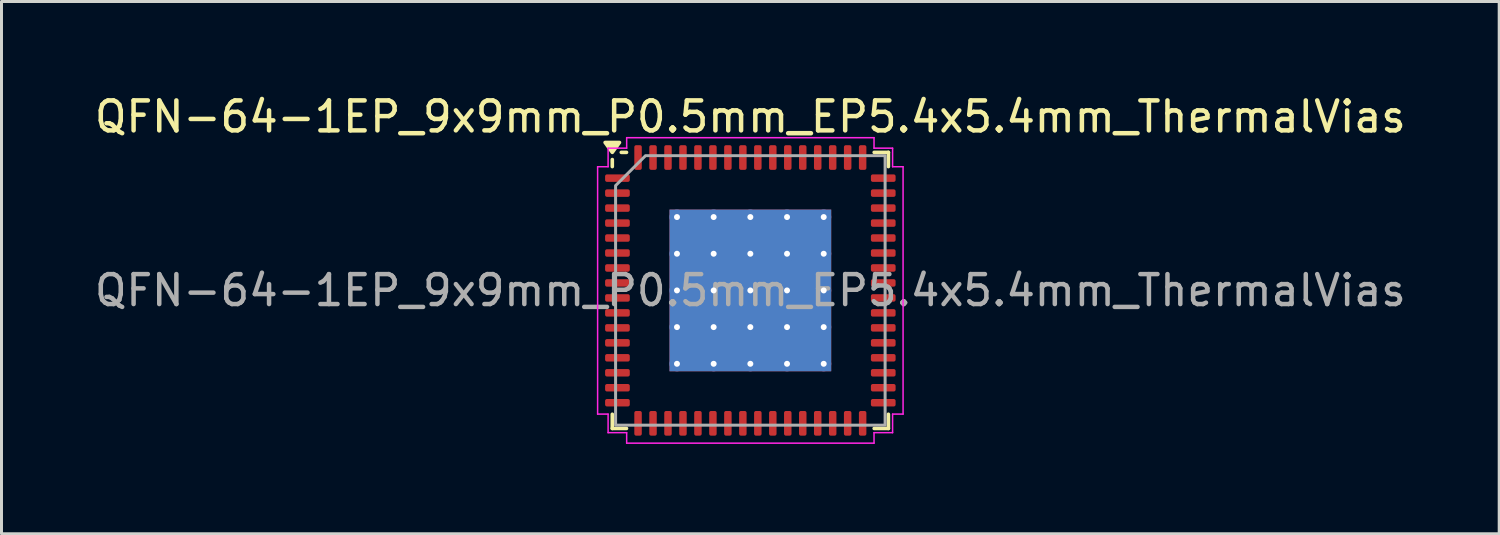
<source format=kicad_pcb>
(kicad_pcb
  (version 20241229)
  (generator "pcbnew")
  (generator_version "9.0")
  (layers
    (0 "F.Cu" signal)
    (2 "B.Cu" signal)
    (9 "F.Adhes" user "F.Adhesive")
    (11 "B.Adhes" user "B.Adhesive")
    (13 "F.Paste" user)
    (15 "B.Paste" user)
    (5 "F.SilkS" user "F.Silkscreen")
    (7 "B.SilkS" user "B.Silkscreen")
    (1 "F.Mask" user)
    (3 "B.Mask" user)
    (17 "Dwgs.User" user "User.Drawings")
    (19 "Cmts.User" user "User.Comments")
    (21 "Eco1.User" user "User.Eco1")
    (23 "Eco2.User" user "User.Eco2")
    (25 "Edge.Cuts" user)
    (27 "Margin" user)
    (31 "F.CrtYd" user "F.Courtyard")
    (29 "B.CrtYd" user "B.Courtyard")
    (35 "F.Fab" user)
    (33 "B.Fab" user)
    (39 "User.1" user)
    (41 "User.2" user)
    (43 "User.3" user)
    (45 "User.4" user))
  (footprint "QFN-64-1EP_9x9mm_P0.5mm_EP5.4x5.4mm_ThermalVias"
    (layer "F.Cu")
    (at 22.006 6.648)
    (property "Reference" "QFN-64-1EP_9x9mm_P0.5mm_EP5.4x5.4mm_ThermalVias" (at 0 -5.8 0) (layer "F.SilkS") (effects (font (size 1 1) (thickness 0.15))))
    (attr smd)
    (fp_line (start -4.61 -4.135) (end -4.61 -4.37) (stroke (width 0.12) (type solid)) (layer "F.SilkS"))
    (fp_line (start -4.61 4.61) (end -4.61 4.135) (stroke (width 0.12) (type solid)) (layer "F.SilkS"))
    (fp_line (start -4.135 -4.61) (end -4.31 -4.61) (stroke (width 0.12) (type solid)) (layer "F.SilkS"))
    (fp_line (start -4.135 4.61) (end -4.61 4.61) (stroke (width 0.12) (type solid)) (layer "F.SilkS"))
    (fp_line (start 4.135 -4.61) (end 4.61 -4.61) (stroke (width 0.12) (type solid)) (layer "F.SilkS"))
    (fp_line (start 4.135 4.61) (end 4.61 4.61) (stroke (width 0.12) (type solid)) (layer "F.SilkS"))
    (fp_line (start 4.61 -4.61) (end 4.61 -4.135) (stroke (width 0.12) (type solid)) (layer "F.SilkS"))
    (fp_line (start 4.61 4.61) (end 4.61 4.135) (stroke (width 0.12) (type solid)) (layer "F.SilkS"))
    (fp_poly (pts (xy -4.61 -4.61) (xy -4.85 -4.94) (xy -4.37 -4.94)) (stroke (width 0.12) (type solid)) (fill yes) (layer "F.SilkS"))
    (fp_line (start -5.1 -4.13) (end -4.75 -4.13) (stroke (width 0.05) (type solid)) (layer "F.CrtYd"))
    (fp_line (start -5.1 4.13) (end -5.1 -4.13) (stroke (width 0.05) (type solid)) (layer "F.CrtYd"))
    (fp_line (start -4.75 -4.75) (end -4.13 -4.75) (stroke (width 0.05) (type solid)) (layer "F.CrtYd"))
    (fp_line (start -4.75 -4.13) (end -4.75 -4.75) (stroke (width 0.05) (type solid)) (layer "F.CrtYd"))
    (fp_line (start -4.75 4.13) (end -5.1 4.13) (stroke (width 0.05) (type solid)) (layer "F.CrtYd"))
    (fp_line (start -4.75 4.75) (end -4.75 4.13) (stroke (width 0.05) (type solid)) (layer "F.CrtYd"))
    (fp_line (start -4.13 -5.1) (end 4.13 -5.1) (stroke (width 0.05) (type solid)) (layer "F.CrtYd"))
    (fp_line (start -4.13 -4.75) (end -4.13 -5.1) (stroke (width 0.05) (type solid)) (layer "F.CrtYd"))
    (fp_line (start -4.13 4.75) (end -4.75 4.75) (stroke (width 0.05) (type solid)) (layer "F.CrtYd"))
    (fp_line (start -4.13 5.1) (end -4.13 4.75) (stroke (width 0.05) (type solid)) (layer "F.CrtYd"))
    (fp_line (start 4.13 -5.1) (end 4.13 -4.75) (stroke (width 0.05) (type solid)) (layer "F.CrtYd"))
    (fp_line (start 4.13 -4.75) (end 4.75 -4.75) (stroke (width 0.05) (type solid)) (layer "F.CrtYd"))
    (fp_line (start 4.13 4.75) (end 4.13 5.1) (stroke (width 0.05) (type solid)) (layer "F.CrtYd"))
    (fp_line (start 4.13 5.1) (end -4.13 5.1) (stroke (width 0.05) (type solid)) (layer "F.CrtYd"))
    (fp_line (start 4.75 -4.75) (end 4.75 -4.13) (stroke (width 0.05) (type solid)) (layer "F.CrtYd"))
    (fp_line (start 4.75 -4.13) (end 5.1 -4.13) (stroke (width 0.05) (type solid)) (layer "F.CrtYd"))
    (fp_line (start 4.75 4.13) (end 4.75 4.75) (stroke (width 0.05) (type solid)) (layer "F.CrtYd"))
    (fp_line (start 4.75 4.75) (end 4.13 4.75) (stroke (width 0.05) (type solid)) (layer "F.CrtYd"))
    (fp_line (start 5.1 -4.13) (end 5.1 4.13) (stroke (width 0.05) (type solid)) (layer "F.CrtYd"))
    (fp_line (start 5.1 4.13) (end 4.75 4.13) (stroke (width 0.05) (type solid)) (layer "F.CrtYd"))
    (fp_poly (pts (xy -4.5 -3.5) (xy -4.5 4.5) (xy 4.5 4.5) (xy 4.5 -4.5) (xy -3.5 -4.5)) (stroke (width 0.1) (type solid)) (fill no) (layer "F.Fab"))
    (fp_text user "${REFERENCE}" (at 0 0 0) (layer "F.Fab") (effects (font (size 1 1) (thickness 0.15))))
    (pad "" smd roundrect (at -2.025 -2.025) (size 1.09 1.09) (layers "F.Paste") (roundrect_rratio 0.229))
    (pad "" smd roundrect (at -2.025 -0.675) (size 1.09 1.09) (layers "F.Paste") (roundrect_rratio 0.229))
    (pad "" smd roundrect (at -2.025 0.675) (size 1.09 1.09) (layers "F.Paste") (roundrect_rratio 0.229))
    (pad "" smd roundrect (at -2.025 2.025) (size 1.09 1.09) (layers "F.Paste") (roundrect_rratio 0.229))
    (pad "" smd roundrect (at -0.675 -2.025) (size 1.09 1.09) (layers "F.Paste") (roundrect_rratio 0.229))
    (pad "" smd roundrect (at -0.675 -0.675) (size 1.09 1.09) (layers "F.Paste") (roundrect_rratio 0.229))
    (pad "" smd roundrect (at -0.675 0.675) (size 1.09 1.09) (layers "F.Paste") (roundrect_rratio 0.229))
    (pad "" smd roundrect (at -0.675 2.025) (size 1.09 1.09) (layers "F.Paste") (roundrect_rratio 0.229))
    (pad "" smd roundrect (at 0.675 -2.025) (size 1.09 1.09) (layers "F.Paste") (roundrect_rratio 0.229))
    (pad "" smd roundrect (at 0.675 -0.675) (size 1.09 1.09) (layers "F.Paste") (roundrect_rratio 0.229))
    (pad "" smd roundrect (at 0.675 0.675) (size 1.09 1.09) (layers "F.Paste") (roundrect_rratio 0.229))
    (pad "" smd roundrect (at 0.675 2.025) (size 1.09 1.09) (layers "F.Paste") (roundrect_rratio 0.229))
    (pad "" smd roundrect (at 2.025 -2.025) (size 1.09 1.09) (layers "F.Paste") (roundrect_rratio 0.229))
    (pad "" smd roundrect (at 2.025 -0.675) (size 1.09 1.09) (layers "F.Paste") (roundrect_rratio 0.229))
    (pad "" smd roundrect (at 2.025 0.675) (size 1.09 1.09) (layers "F.Paste") (roundrect_rratio 0.229))
    (pad "" smd roundrect (at 2.025 2.025) (size 1.09 1.09) (layers "F.Paste") (roundrect_rratio 0.229))
    (pad "1" smd roundrect (at -4.438 -3.75) (size 0.825 0.25) (layers "F.Cu" "F.Mask" "F.Paste") (roundrect_rratio 0.25))
    (pad "2" smd roundrect (at -4.438 -3.25) (size 0.825 0.25) (layers "F.Cu" "F.Mask" "F.Paste") (roundrect_rratio 0.25))
    (pad "3" smd roundrect (at -4.438 -2.75) (size 0.825 0.25) (layers "F.Cu" "F.Mask" "F.Paste") (roundrect_rratio 0.25))
    (pad "4" smd roundrect (at -4.438 -2.25) (size 0.825 0.25) (layers "F.Cu" "F.Mask" "F.Paste") (roundrect_rratio 0.25))
    (pad "5" smd roundrect (at -4.438 -1.75) (size 0.825 0.25) (layers "F.Cu" "F.Mask" "F.Paste") (roundrect_rratio 0.25))
    (pad "6" smd roundrect (at -4.438 -1.25) (size 0.825 0.25) (layers "F.Cu" "F.Mask" "F.Paste") (roundrect_rratio 0.25))
    (pad "7" smd roundrect (at -4.438 -0.75) (size 0.825 0.25) (layers "F.Cu" "F.Mask" "F.Paste") (roundrect_rratio 0.25))
    (pad "8" smd roundrect (at -4.438 -0.25) (size 0.825 0.25) (layers "F.Cu" "F.Mask" "F.Paste") (roundrect_rratio 0.25))
    (pad "9" smd roundrect (at -4.438 0.25) (size 0.825 0.25) (layers "F.Cu" "F.Mask" "F.Paste") (roundrect_rratio 0.25))
    (pad "10" smd roundrect (at -4.438 0.75) (size 0.825 0.25) (layers "F.Cu" "F.Mask" "F.Paste") (roundrect_rratio 0.25))
    (pad "11" smd roundrect (at -4.438 1.25) (size 0.825 0.25) (layers "F.Cu" "F.Mask" "F.Paste") (roundrect_rratio 0.25))
    (pad "12" smd roundrect (at -4.438 1.75) (size 0.825 0.25) (layers "F.Cu" "F.Mask" "F.Paste") (roundrect_rratio 0.25))
    (pad "13" smd roundrect (at -4.438 2.25) (size 0.825 0.25) (layers "F.Cu" "F.Mask" "F.Paste") (roundrect_rratio 0.25))
    (pad "14" smd roundrect (at -4.438 2.75) (size 0.825 0.25) (layers "F.Cu" "F.Mask" "F.Paste") (roundrect_rratio 0.25))
    (pad "15" smd roundrect (at -4.438 3.25) (size 0.825 0.25) (layers "F.Cu" "F.Mask" "F.Paste") (roundrect_rratio 0.25))
    (pad "16" smd roundrect (at -4.438 3.75) (size 0.825 0.25) (layers "F.Cu" "F.Mask" "F.Paste") (roundrect_rratio 0.25))
    (pad "17" smd roundrect (at -3.75 4.438) (size 0.25 0.825) (layers "F.Cu" "F.Mask" "F.Paste") (roundrect_rratio 0.25))
    (pad "18" smd roundrect (at -3.25 4.438) (size 0.25 0.825) (layers "F.Cu" "F.Mask" "F.Paste") (roundrect_rratio 0.25))
    (pad "19" smd roundrect (at -2.75 4.438) (size 0.25 0.825) (layers "F.Cu" "F.Mask" "F.Paste") (roundrect_rratio 0.25))
    (pad "20" smd roundrect (at -2.25 4.438) (size 0.25 0.825) (layers "F.Cu" "F.Mask" "F.Paste") (roundrect_rratio 0.25))
    (pad "21" smd roundrect (at -1.75 4.438) (size 0.25 0.825) (layers "F.Cu" "F.Mask" "F.Paste") (roundrect_rratio 0.25))
    (pad "22" smd roundrect (at -1.25 4.438) (size 0.25 0.825) (layers "F.Cu" "F.Mask" "F.Paste") (roundrect_rratio 0.25))
    (pad "23" smd roundrect (at -0.75 4.438) (size 0.25 0.825) (layers "F.Cu" "F.Mask" "F.Paste") (roundrect_rratio 0.25))
    (pad "24" smd roundrect (at -0.25 4.438) (size 0.25 0.825) (layers "F.Cu" "F.Mask" "F.Paste") (roundrect_rratio 0.25))
    (pad "25" smd roundrect (at 0.25 4.438) (size 0.25 0.825) (layers "F.Cu" "F.Mask" "F.Paste") (roundrect_rratio 0.25))
    (pad "26" smd roundrect (at 0.75 4.438) (size 0.25 0.825) (layers "F.Cu" "F.Mask" "F.Paste") (roundrect_rratio 0.25))
    (pad "27" smd roundrect (at 1.25 4.438) (size 0.25 0.825) (layers "F.Cu" "F.Mask" "F.Paste") (roundrect_rratio 0.25))
    (pad "28" smd roundrect (at 1.75 4.438) (size 0.25 0.825) (layers "F.Cu" "F.Mask" "F.Paste") (roundrect_rratio 0.25))
    (pad "29" smd roundrect (at 2.25 4.438) (size 0.25 0.825) (layers "F.Cu" "F.Mask" "F.Paste") (roundrect_rratio 0.25))
    (pad "30" smd roundrect (at 2.75 4.438) (size 0.25 0.825) (layers "F.Cu" "F.Mask" "F.Paste") (roundrect_rratio 0.25))
    (pad "31" smd roundrect (at 3.25 4.438) (size 0.25 0.825) (layers "F.Cu" "F.Mask" "F.Paste") (roundrect_rratio 0.25))
    (pad "32" smd roundrect (at 3.75 4.438) (size 0.25 0.825) (layers "F.Cu" "F.Mask" "F.Paste") (roundrect_rratio 0.25))
    (pad "33" smd roundrect (at 4.438 3.75) (size 0.825 0.25) (layers "F.Cu" "F.Mask" "F.Paste") (roundrect_rratio 0.25))
    (pad "34" smd roundrect (at 4.438 3.25) (size 0.825 0.25) (layers "F.Cu" "F.Mask" "F.Paste") (roundrect_rratio 0.25))
    (pad "35" smd roundrect (at 4.438 2.75) (size 0.825 0.25) (layers "F.Cu" "F.Mask" "F.Paste") (roundrect_rratio 0.25))
    (pad "36" smd roundrect (at 4.438 2.25) (size 0.825 0.25) (layers "F.Cu" "F.Mask" "F.Paste") (roundrect_rratio 0.25))
    (pad "37" smd roundrect (at 4.438 1.75) (size 0.825 0.25) (layers "F.Cu" "F.Mask" "F.Paste") (roundrect_rratio 0.25))
    (pad "38" smd roundrect (at 4.438 1.25) (size 0.825 0.25) (layers "F.Cu" "F.Mask" "F.Paste") (roundrect_rratio 0.25))
    (pad "39" smd roundrect (at 4.438 0.75) (size 0.825 0.25) (layers "F.Cu" "F.Mask" "F.Paste") (roundrect_rratio 0.25))
    (pad "40" smd roundrect (at 4.438 0.25) (size 0.825 0.25) (layers "F.Cu" "F.Mask" "F.Paste") (roundrect_rratio 0.25))
    (pad "41" smd roundrect (at 4.438 -0.25) (size 0.825 0.25) (layers "F.Cu" "F.Mask" "F.Paste") (roundrect_rratio 0.25))
    (pad "42" smd roundrect (at 4.438 -0.75) (size 0.825 0.25) (layers "F.Cu" "F.Mask" "F.Paste") (roundrect_rratio 0.25))
    (pad "43" smd roundrect (at 4.438 -1.25) (size 0.825 0.25) (layers "F.Cu" "F.Mask" "F.Paste") (roundrect_rratio 0.25))
    (pad "44" smd roundrect (at 4.438 -1.75) (size 0.825 0.25) (layers "F.Cu" "F.Mask" "F.Paste") (roundrect_rratio 0.25))
    (pad "45" smd roundrect (at 4.438 -2.25) (size 0.825 0.25) (layers "F.Cu" "F.Mask" "F.Paste") (roundrect_rratio 0.25))
    (pad "46" smd roundrect (at 4.438 -2.75) (size 0.825 0.25) (layers "F.Cu" "F.Mask" "F.Paste") (roundrect_rratio 0.25))
    (pad "47" smd roundrect (at 4.438 -3.25) (size 0.825 0.25) (layers "F.Cu" "F.Mask" "F.Paste") (roundrect_rratio 0.25))
    (pad "48" smd roundrect (at 4.438 -3.75) (size 0.825 0.25) (layers "F.Cu" "F.Mask" "F.Paste") (roundrect_rratio 0.25))
    (pad "49" smd roundrect (at 3.75 -4.438) (size 0.25 0.825) (layers "F.Cu" "F.Mask" "F.Paste") (roundrect_rratio 0.25))
    (pad "50" smd roundrect (at 3.25 -4.438) (size 0.25 0.825) (layers "F.Cu" "F.Mask" "F.Paste") (roundrect_rratio 0.25))
    (pad "51" smd roundrect (at 2.75 -4.438) (size 0.25 0.825) (layers "F.Cu" "F.Mask" "F.Paste") (roundrect_rratio 0.25))
    (pad "52" smd roundrect (at 2.25 -4.438) (size 0.25 0.825) (layers "F.Cu" "F.Mask" "F.Paste") (roundrect_rratio 0.25))
    (pad "53" smd roundrect (at 1.75 -4.438) (size 0.25 0.825) (layers "F.Cu" "F.Mask" "F.Paste") (roundrect_rratio 0.25))
    (pad "54" smd roundrect (at 1.25 -4.438) (size 0.25 0.825) (layers "F.Cu" "F.Mask" "F.Paste") (roundrect_rratio 0.25))
    (pad "55" smd roundrect (at 0.75 -4.438) (size 0.25 0.825) (layers "F.Cu" "F.Mask" "F.Paste") (roundrect_rratio 0.25))
    (pad "56" smd roundrect (at 0.25 -4.438) (size 0.25 0.825) (layers "F.Cu" "F.Mask" "F.Paste") (roundrect_rratio 0.25))
    (pad "57" smd roundrect (at -0.25 -4.438) (size 0.25 0.825) (layers "F.Cu" "F.Mask" "F.Paste") (roundrect_rratio 0.25))
    (pad "58" smd roundrect (at -0.75 -4.438) (size 0.25 0.825) (layers "F.Cu" "F.Mask" "F.Paste") (roundrect_rratio 0.25))
    (pad "59" smd roundrect (at -1.25 -4.438) (size 0.25 0.825) (layers "F.Cu" "F.Mask" "F.Paste") (roundrect_rratio 0.25))
    (pad "60" smd roundrect (at -1.75 -4.438) (size 0.25 0.825) (layers "F.Cu" "F.Mask" "F.Paste") (roundrect_rratio 0.25))
    (pad "61" smd roundrect (at -2.25 -4.438) (size 0.25 0.825) (layers "F.Cu" "F.Mask" "F.Paste") (roundrect_rratio 0.25))
    (pad "62" smd roundrect (at -2.75 -4.438) (size 0.25 0.825) (layers "F.Cu" "F.Mask" "F.Paste") (roundrect_rratio 0.25))
    (pad "63" smd roundrect (at -3.25 -4.438) (size 0.25 0.825) (layers "F.Cu" "F.Mask" "F.Paste") (roundrect_rratio 0.25))
    (pad "64" smd roundrect (at -3.75 -4.438) (size 0.25 0.825) (layers "F.Cu" "F.Mask" "F.Paste") (roundrect_rratio 0.25))
    (pad "65" thru_hole circle (at -2.45 -2.45) (size 0.5 0.5) (drill 0.2) (property pad_prop_heatsink) (layers "*.Cu"))
    (pad "65" thru_hole circle (at -2.45 -1.225) (size 0.5 0.5) (drill 0.2) (property pad_prop_heatsink) (layers "*.Cu"))
    (pad "65" thru_hole circle (at -2.45 0) (size 0.5 0.5) (drill 0.2) (property pad_prop_heatsink) (layers "*.Cu"))
    (pad "65" thru_hole circle (at -2.45 1.225) (size 0.5 0.5) (drill 0.2) (property pad_prop_heatsink) (layers "*.Cu"))
    (pad "65" thru_hole circle (at -2.45 2.45) (size 0.5 0.5) (drill 0.2) (property pad_prop_heatsink) (layers "*.Cu"))
    (pad "65" thru_hole circle (at -1.225 -2.45) (size 0.5 0.5) (drill 0.2) (property pad_prop_heatsink) (layers "*.Cu"))
    (pad "65" thru_hole circle (at -1.225 -1.225) (size 0.5 0.5) (drill 0.2) (property pad_prop_heatsink) (layers "*.Cu"))
    (pad "65" thru_hole circle (at -1.225 0) (size 0.5 0.5) (drill 0.2) (property pad_prop_heatsink) (layers "*.Cu"))
    (pad "65" thru_hole circle (at -1.225 1.225) (size 0.5 0.5) (drill 0.2) (property pad_prop_heatsink) (layers "*.Cu"))
    (pad "65" thru_hole circle (at -1.225 2.45) (size 0.5 0.5) (drill 0.2) (property pad_prop_heatsink) (layers "*.Cu"))
    (pad "65" thru_hole circle (at 0 -2.45) (size 0.5 0.5) (drill 0.2) (property pad_prop_heatsink) (layers "*.Cu"))
    (pad "65" thru_hole circle (at 0 -1.225) (size 0.5 0.5) (drill 0.2) (property pad_prop_heatsink) (layers "*.Cu"))
    (pad "65" thru_hole circle (at 0 0) (size 0.5 0.5) (drill 0.2) (property pad_prop_heatsink) (layers "*.Cu"))
    (pad "65" smd rect (at 0 0) (size 5.4 5.4) (property pad_prop_heatsink) (layers "F.Cu" "F.Mask"))
    (pad "65" smd rect (at 0 0) (size 5.4 5.4) (property pad_prop_heatsink) (layers "B.Cu"))
    (pad "65" thru_hole circle (at 0 1.225) (size 0.5 0.5) (drill 0.2) (property pad_prop_heatsink) (layers "*.Cu"))
    (pad "65" thru_hole circle (at 0 2.45) (size 0.5 0.5) (drill 0.2) (property pad_prop_heatsink) (layers "*.Cu"))
    (pad "65" thru_hole circle (at 1.225 -2.45) (size 0.5 0.5) (drill 0.2) (property pad_prop_heatsink) (layers "*.Cu"))
    (pad "65" thru_hole circle (at 1.225 -1.225) (size 0.5 0.5) (drill 0.2) (property pad_prop_heatsink) (layers "*.Cu"))
    (pad "65" thru_hole circle (at 1.225 0) (size 0.5 0.5) (drill 0.2) (property pad_prop_heatsink) (layers "*.Cu"))
    (pad "65" thru_hole circle (at 1.225 1.225) (size 0.5 0.5) (drill 0.2) (property pad_prop_heatsink) (layers "*.Cu"))
    (pad "65" thru_hole circle (at 1.225 2.45) (size 0.5 0.5) (drill 0.2) (property pad_prop_heatsink) (layers "*.Cu"))
    (pad "65" thru_hole circle (at 2.45 -2.45) (size 0.5 0.5) (drill 0.2) (property pad_prop_heatsink) (layers "*.Cu"))
    (pad "65" thru_hole circle (at 2.45 -1.225) (size 0.5 0.5) (drill 0.2) (property pad_prop_heatsink) (layers "*.Cu"))
    (pad "65" thru_hole circle (at 2.45 0) (size 0.5 0.5) (drill 0.2) (property pad_prop_heatsink) (layers "*.Cu"))
    (pad "65" thru_hole circle (at 2.45 1.225) (size 0.5 0.5) (drill 0.2) (property pad_prop_heatsink) (layers "*.Cu"))
    (pad "65" thru_hole circle (at 2.45 2.45) (size 0.5 0.5) (drill 0.2) (property pad_prop_heatsink) (layers "*.Cu")))
  (gr_rect
    (start -3 -3)
    (end 47.012 14.773)
    (stroke (width 0.1) (type default))
    (fill no)
    (layer "Edge.Cuts")))
</source>
